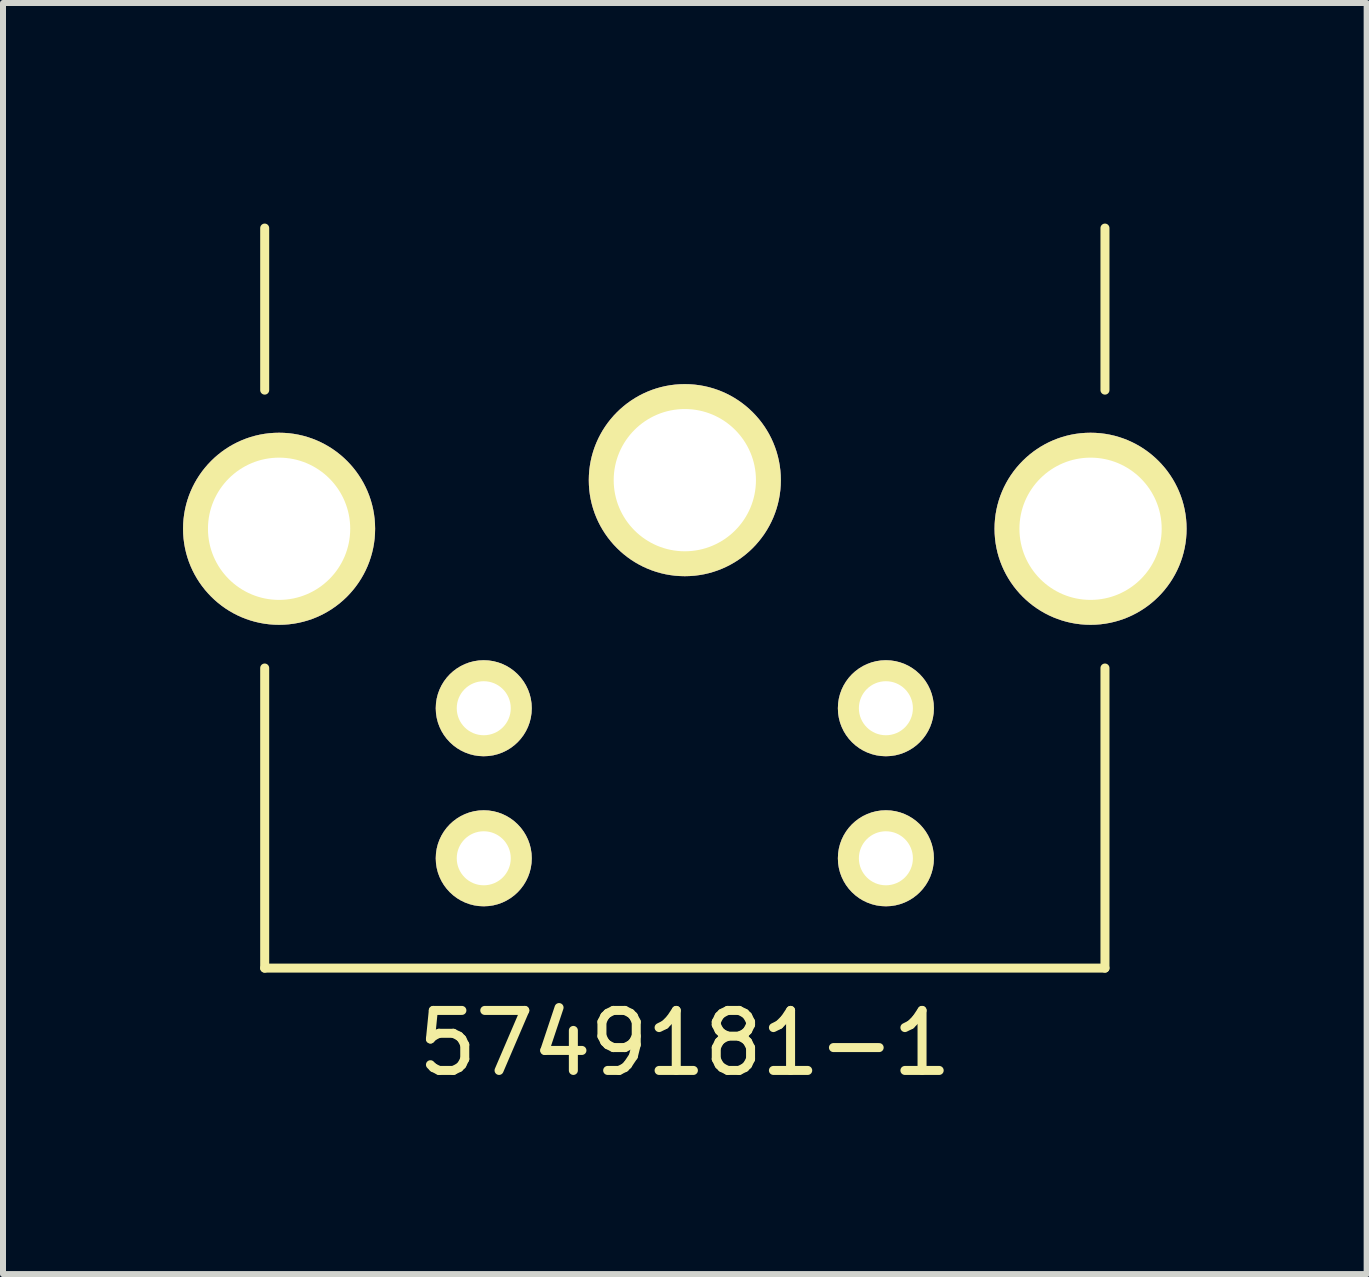
<source format=kicad_pcb>
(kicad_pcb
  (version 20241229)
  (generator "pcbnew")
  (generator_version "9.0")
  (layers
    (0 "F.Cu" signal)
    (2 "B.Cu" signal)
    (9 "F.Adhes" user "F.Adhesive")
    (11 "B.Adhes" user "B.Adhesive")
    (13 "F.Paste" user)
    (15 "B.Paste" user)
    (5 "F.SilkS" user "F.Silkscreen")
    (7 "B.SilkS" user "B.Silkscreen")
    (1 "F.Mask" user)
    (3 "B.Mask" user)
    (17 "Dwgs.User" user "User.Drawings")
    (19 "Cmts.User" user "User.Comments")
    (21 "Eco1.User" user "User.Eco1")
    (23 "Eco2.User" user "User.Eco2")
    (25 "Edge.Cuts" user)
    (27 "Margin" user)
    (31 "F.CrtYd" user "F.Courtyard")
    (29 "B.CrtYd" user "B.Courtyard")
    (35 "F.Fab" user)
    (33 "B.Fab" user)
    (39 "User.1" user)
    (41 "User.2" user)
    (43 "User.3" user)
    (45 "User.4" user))
  (footprint "5749181-1"
    (layer "F.Cu")
    (at 8.36 0.25)
    (property "Reference" "5749181-1" (at 0 14.08 0) (layer "F.SilkS") (effects (font (size 1 1) (thickness 0.15))))
    (attr through_hole)
    (fp_line (start -7 0.5) (end -7 3.2) (stroke (width 0.15) (type solid)) (layer "F.SilkS"))
    (fp_line (start -7 12.83) (end -7 7.83) (stroke (width 0.15) (type solid)) (layer "F.SilkS"))
    (fp_line (start -7 12.83) (end 7 12.83) (stroke (width 0.15) (type solid)) (layer "F.SilkS"))
    (fp_line (start 7 0.5) (end 7 3.2) (stroke (width 0.15) (type solid)) (layer "F.SilkS"))
    (fp_line (start 7 12.83) (end 7 7.83) (stroke (width 0.15) (type solid)) (layer "F.SilkS"))
    (pad "1" thru_hole circle (at -3.35 8.5) (size 1.6 1.6) (drill 0.9) (layers "*.Cu" "*.Mask" "F.SilkS"))
    (pad "2" thru_hole circle (at 3.35 8.5) (size 1.6 1.6) (drill 0.9) (layers "*.Cu" "*.Mask" "F.SilkS"))
    (pad "3" thru_hole circle (at -3.35 11) (size 1.6 1.6) (drill 0.9) (layers "*.Cu" "*.Mask" "F.SilkS"))
    (pad "4" thru_hole circle (at -6.76 5.51) (size 3.2 3.2) (drill 2.37) (layers "*.Cu" "*.Mask" "F.SilkS"))
    (pad "4" thru_hole circle (at 0 4.7) (size 3.2 3.2) (drill 2.37) (layers "*.Cu" "*.Mask" "F.SilkS"))
    (pad "4" thru_hole circle (at 3.35 11) (size 1.6 1.6) (drill 0.9) (layers "*.Cu" "*.Mask" "F.SilkS"))
    (pad "4" thru_hole circle (at 6.76 5.51) (size 3.2 3.2) (drill 2.37) (layers "*.Cu" "*.Mask" "F.SilkS")))
  (gr_rect
    (start -3 -3)
    (end 19.72 18.178)
    (stroke (width 0.1) (type default))
    (fill no)
    (layer "Edge.Cuts")))
</source>
